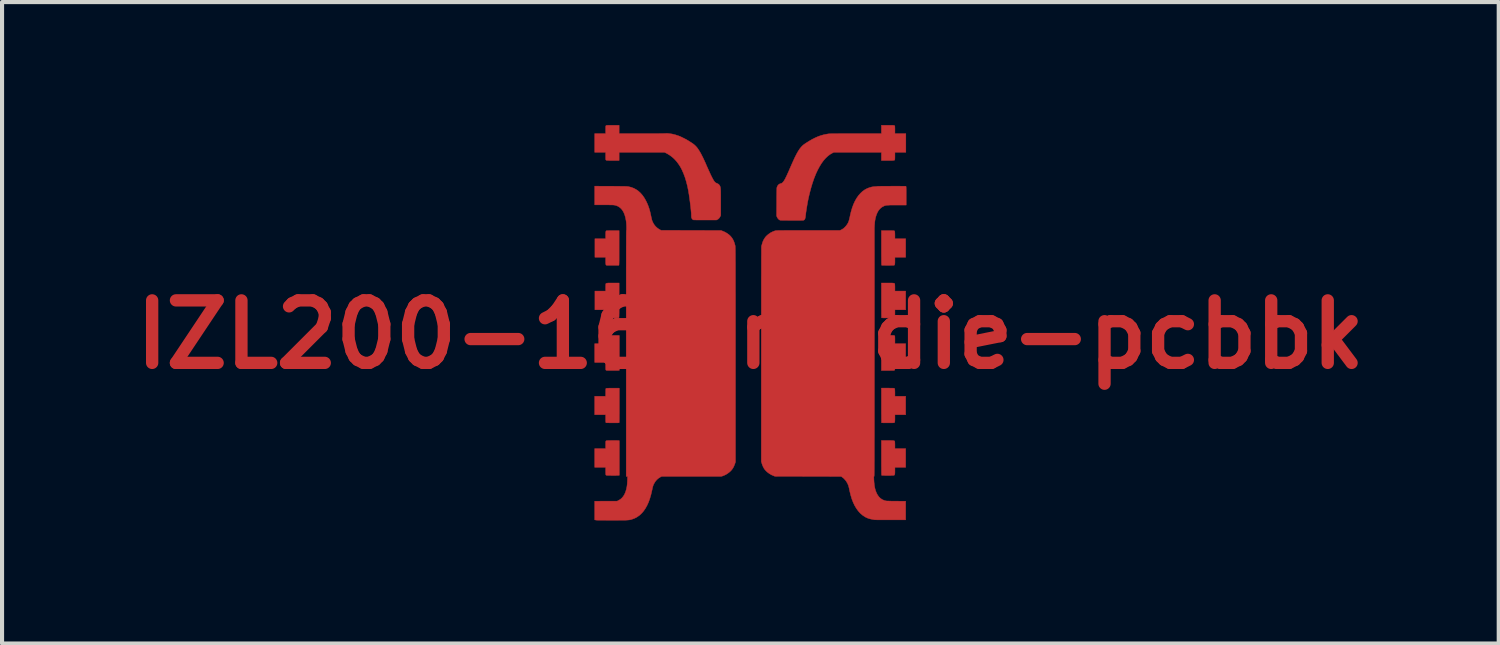
<source format=kicad_pcb>
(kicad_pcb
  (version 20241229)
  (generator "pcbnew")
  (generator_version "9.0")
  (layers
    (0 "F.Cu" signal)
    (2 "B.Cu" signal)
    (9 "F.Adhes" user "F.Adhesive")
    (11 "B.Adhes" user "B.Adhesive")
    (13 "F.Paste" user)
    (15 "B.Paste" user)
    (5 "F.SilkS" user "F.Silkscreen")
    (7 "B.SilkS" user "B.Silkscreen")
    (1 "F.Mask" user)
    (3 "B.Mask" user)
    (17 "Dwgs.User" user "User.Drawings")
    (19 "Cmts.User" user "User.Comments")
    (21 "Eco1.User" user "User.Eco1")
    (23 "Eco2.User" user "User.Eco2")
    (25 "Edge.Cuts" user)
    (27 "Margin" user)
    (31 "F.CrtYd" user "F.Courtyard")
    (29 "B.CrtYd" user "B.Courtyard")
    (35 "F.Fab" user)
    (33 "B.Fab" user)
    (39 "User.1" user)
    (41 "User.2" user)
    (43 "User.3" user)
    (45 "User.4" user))
  (footprint "IZL200-16pin-die-pcbbk"
    (layer "F.Cu")
    (at 15.247 5.109)
    (property "Reference" "IZL200-16pin-die-pcbbk" (at 0 0 0) (layer "F.Cu") (effects (font (size 1.524 1.524) (thickness 0.3))))
    (attr through_hole)
    (fp_poly (pts (xy 3.393 0.018) (xy 3.426 0.018) (xy 3.453 0.018) (xy 3.473 0.019) (xy 3.488 0.019) (xy 3.498 0.02) (xy 3.506 0.022) (xy 3.51 0.023) (xy 3.514 0.025) (xy 3.516 0.027) (xy 3.519 0.031) (xy 3.521 0.035) (xy 3.523 0.042) (xy 3.524 0.053) (xy 3.524 0.068) (xy 3.525 0.09) (xy 3.525 0.119) (xy 3.525 0.129) (xy 3.525 0.221) (xy 3.787 0.221) (xy 3.787 0.677) (xy 3.525 0.677) (xy 3.525 0.767) (xy 3.525 0.798) (xy 3.524 0.821) (xy 3.524 0.838) (xy 3.523 0.849) (xy 3.521 0.857) (xy 3.519 0.862) (xy 3.516 0.866) (xy 3.516 0.867) (xy 3.513 0.869) (xy 3.509 0.871) (xy 3.504 0.872) (xy 3.496 0.874) (xy 3.485 0.874) (xy 3.469 0.875) (xy 3.447 0.875) (xy 3.419 0.875) (xy 3.383 0.876) (xy 3.351 0.876) (xy 3.195 0.876) (xy 3.195 0.018) (xy 3.351 0.018) (xy 3.393 0.018)) (stroke (width 0.01) (type solid)) (fill yes) (layer "F.Cu"))
    (fp_poly (pts (xy -3.276 2.582) (xy -3.249 2.582) (xy -3.227 2.583) (xy -3.212 2.583) (xy -3.205 2.584) (xy -3.195 2.587) (xy -3.195 3.429) (xy -3.205 3.432) (xy -3.212 3.432) (xy -3.227 3.433) (xy -3.248 3.433) (xy -3.274 3.434) (xy -3.303 3.434) (xy -3.335 3.434) (xy -3.368 3.434) (xy -3.4 3.434) (xy -3.431 3.433) (xy -3.458 3.433) (xy -3.481 3.433) (xy -3.499 3.432) (xy -3.509 3.431) (xy -3.51 3.431) (xy -3.52 3.426) (xy -3.525 3.418) (xy -3.526 3.41) (xy -3.528 3.395) (xy -3.528 3.374) (xy -3.529 3.349) (xy -3.529 3.321) (xy -3.529 3.236) (xy -3.796 3.236) (xy -3.796 2.78) (xy -3.529 2.78) (xy -3.529 2.695) (xy -3.529 2.668) (xy -3.529 2.643) (xy -3.528 2.623) (xy -3.527 2.608) (xy -3.526 2.601) (xy -3.519 2.591) (xy -3.507 2.586) (xy -3.499 2.585) (xy -3.483 2.584) (xy -3.461 2.583) (xy -3.434 2.583) (xy -3.403 2.582) (xy -3.371 2.582) (xy -3.338 2.582) (xy -3.306 2.582) (xy -3.276 2.582)) (stroke (width 0.01) (type solid)) (fill yes) (layer "F.Cu"))
    (fp_poly (pts (xy -3.27 0.019) (xy -3.245 0.019) (xy -3.225 0.019) (xy -3.213 0.02) (xy -3.21 0.02) (xy -3.195 0.023) (xy -3.195 0.87) (xy -3.205 0.873) (xy -3.212 0.873) (xy -3.227 0.874) (xy -3.248 0.874) (xy -3.274 0.875) (xy -3.303 0.875) (xy -3.335 0.875) (xy -3.368 0.875) (xy -3.4 0.875) (xy -3.431 0.874) (xy -3.458 0.874) (xy -3.481 0.874) (xy -3.499 0.873) (xy -3.509 0.873) (xy -3.51 0.872) (xy -3.52 0.867) (xy -3.525 0.859) (xy -3.526 0.851) (xy -3.528 0.836) (xy -3.528 0.815) (xy -3.529 0.79) (xy -3.529 0.762) (xy -3.529 0.677) (xy -3.796 0.677) (xy -3.796 0.221) (xy -3.53 0.221) (xy -3.528 0.127) (xy -3.528 0.092) (xy -3.527 0.066) (xy -3.526 0.047) (xy -3.524 0.034) (xy -3.522 0.028) (xy -3.521 0.026) (xy -3.517 0.024) (xy -3.509 0.023) (xy -3.496 0.022) (xy -3.477 0.021) (xy -3.451 0.02) (xy -3.417 0.019) (xy -3.376 0.019) (xy -3.37 0.019) (xy -3.334 0.019) (xy -3.3 0.019) (xy -3.27 0.019)) (stroke (width 0.01) (type solid)) (fill yes) (layer "F.Cu"))
    (fp_poly (pts (xy 3.339 -1.259) (xy 3.383 -1.259) (xy 3.42 -1.259) (xy 3.449 -1.258) (xy 3.472 -1.257) (xy 3.489 -1.255) (xy 3.501 -1.253) (xy 3.51 -1.25) (xy 3.516 -1.246) (xy 3.519 -1.241) (xy 3.52 -1.238) (xy 3.522 -1.23) (xy 3.523 -1.215) (xy 3.524 -1.194) (xy 3.525 -1.169) (xy 3.525 -1.144) (xy 3.525 -1.061) (xy 3.787 -1.061) (xy 3.787 -0.605) (xy 3.525 -0.605) (xy 3.525 -0.523) (xy 3.525 -0.489) (xy 3.524 -0.462) (xy 3.522 -0.442) (xy 3.519 -0.428) (xy 3.514 -0.419) (xy 3.508 -0.413) (xy 3.5 -0.41) (xy 3.498 -0.409) (xy 3.49 -0.408) (xy 3.474 -0.408) (xy 3.453 -0.407) (xy 3.427 -0.407) (xy 3.397 -0.407) (xy 3.366 -0.407) (xy 3.334 -0.407) (xy 3.302 -0.407) (xy 3.273 -0.407) (xy 3.246 -0.407) (xy 3.225 -0.408) (xy 3.21 -0.408) (xy 3.202 -0.409) (xy 3.201 -0.409) (xy 3.2 -0.411) (xy 3.199 -0.417) (xy 3.198 -0.427) (xy 3.198 -0.442) (xy 3.197 -0.461) (xy 3.197 -0.486) (xy 3.196 -0.517) (xy 3.196 -0.555) (xy 3.196 -0.599) (xy 3.195 -0.65) (xy 3.195 -0.71) (xy 3.195 -0.777) (xy 3.195 -0.835) (xy 3.195 -1.259) (xy 3.339 -1.259)) (stroke (width 0.01) (type solid)) (fill yes) (layer "F.Cu"))
    (fp_poly (pts (xy 3.339 2.582) (xy 3.383 2.582) (xy 3.42 2.582) (xy 3.449 2.583) (xy 3.472 2.584) (xy 3.489 2.586) (xy 3.501 2.588) (xy 3.51 2.591) (xy 3.516 2.595) (xy 3.519 2.6) (xy 3.52 2.602) (xy 3.522 2.61) (xy 3.523 2.626) (xy 3.524 2.647) (xy 3.525 2.672) (xy 3.525 2.697) (xy 3.525 2.78) (xy 3.787 2.78) (xy 3.787 3.236) (xy 3.525 3.236) (xy 3.525 3.317) (xy 3.525 3.352) (xy 3.524 3.379) (xy 3.522 3.399) (xy 3.519 3.413) (xy 3.514 3.422) (xy 3.508 3.428) (xy 3.5 3.431) (xy 3.498 3.432) (xy 3.49 3.432) (xy 3.474 3.433) (xy 3.453 3.433) (xy 3.427 3.434) (xy 3.397 3.434) (xy 3.366 3.434) (xy 3.334 3.434) (xy 3.302 3.434) (xy 3.273 3.434) (xy 3.246 3.433) (xy 3.225 3.433) (xy 3.21 3.432) (xy 3.202 3.432) (xy 3.201 3.432) (xy 3.2 3.429) (xy 3.199 3.424) (xy 3.198 3.414) (xy 3.198 3.399) (xy 3.197 3.38) (xy 3.197 3.355) (xy 3.196 3.324) (xy 3.196 3.286) (xy 3.196 3.242) (xy 3.195 3.19) (xy 3.195 3.131) (xy 3.195 3.063) (xy 3.195 3.005) (xy 3.195 2.582) (xy 3.339 2.582)) (stroke (width 0.01) (type solid)) (fill yes) (layer "F.Cu"))
    (fp_poly (pts (xy 3.377 -2.536) (xy 3.411 -2.536) (xy 3.441 -2.536) (xy 3.467 -2.535) (xy 3.486 -2.535) (xy 3.498 -2.534) (xy 3.501 -2.534) (xy 3.509 -2.531) (xy 3.515 -2.527) (xy 3.519 -2.519) (xy 3.522 -2.506) (xy 3.523 -2.488) (xy 3.524 -2.464) (xy 3.525 -2.432) (xy 3.525 -2.421) (xy 3.525 -2.338) (xy 3.787 -2.338) (xy 3.787 -1.886) (xy 3.525 -1.886) (xy 3.525 -1.804) (xy 3.525 -1.769) (xy 3.524 -1.743) (xy 3.522 -1.723) (xy 3.52 -1.709) (xy 3.516 -1.7) (xy 3.511 -1.694) (xy 3.504 -1.691) (xy 3.501 -1.691) (xy 3.494 -1.69) (xy 3.478 -1.689) (xy 3.457 -1.689) (xy 3.431 -1.689) (xy 3.401 -1.688) (xy 3.37 -1.688) (xy 3.337 -1.688) (xy 3.306 -1.688) (xy 3.276 -1.689) (xy 3.249 -1.689) (xy 3.227 -1.689) (xy 3.211 -1.69) (xy 3.202 -1.691) (xy 3.201 -1.691) (xy 3.2 -1.693) (xy 3.199 -1.699) (xy 3.198 -1.709) (xy 3.198 -1.723) (xy 3.197 -1.743) (xy 3.197 -1.768) (xy 3.196 -1.799) (xy 3.196 -1.836) (xy 3.196 -1.881) (xy 3.195 -1.932) (xy 3.195 -1.992) (xy 3.195 -2.059) (xy 3.195 -2.115) (xy 3.195 -2.536) (xy 3.341 -2.536) (xy 3.377 -2.536)) (stroke (width 0.01) (type solid)) (fill yes) (layer "F.Cu"))
    (fp_poly (pts (xy 3.377 1.304) (xy 3.411 1.305) (xy 3.441 1.305) (xy 3.467 1.305) (xy 3.486 1.306) (xy 3.498 1.307) (xy 3.501 1.307) (xy 3.509 1.31) (xy 3.515 1.314) (xy 3.519 1.322) (xy 3.522 1.335) (xy 3.523 1.352) (xy 3.524 1.377) (xy 3.525 1.409) (xy 3.525 1.42) (xy 3.525 1.503) (xy 3.787 1.503) (xy 3.787 1.954) (xy 3.525 1.954) (xy 3.525 2.037) (xy 3.525 2.072) (xy 3.524 2.098) (xy 3.522 2.118) (xy 3.52 2.132) (xy 3.516 2.141) (xy 3.511 2.146) (xy 3.504 2.149) (xy 3.501 2.15) (xy 3.494 2.151) (xy 3.478 2.151) (xy 3.457 2.152) (xy 3.431 2.152) (xy 3.401 2.152) (xy 3.37 2.152) (xy 3.337 2.152) (xy 3.306 2.152) (xy 3.276 2.152) (xy 3.249 2.152) (xy 3.227 2.151) (xy 3.211 2.151) (xy 3.202 2.15) (xy 3.201 2.15) (xy 3.2 2.148) (xy 3.199 2.142) (xy 3.198 2.132) (xy 3.198 2.117) (xy 3.197 2.098) (xy 3.197 2.073) (xy 3.196 2.042) (xy 3.196 2.004) (xy 3.196 1.96) (xy 3.195 1.908) (xy 3.195 1.849) (xy 3.195 1.781) (xy 3.195 1.726) (xy 3.195 1.304) (xy 3.341 1.304) (xy 3.377 1.304)) (stroke (width 0.01) (type solid)) (fill yes) (layer "F.Cu"))
    (fp_poly (pts (xy -3.2 -2.115) (xy -3.2 -2.043) (xy -3.2 -1.98) (xy -3.2 -1.925) (xy -3.2 -1.877) (xy -3.2 -1.837) (xy -3.2 -1.802) (xy -3.201 -1.773) (xy -3.201 -1.75) (xy -3.202 -1.732) (xy -3.202 -1.717) (xy -3.203 -1.707) (xy -3.204 -1.699) (xy -3.205 -1.694) (xy -3.206 -1.692) (xy -3.207 -1.691) (xy -3.207 -1.691) (xy -3.213 -1.69) (xy -3.227 -1.69) (xy -3.247 -1.689) (xy -3.272 -1.689) (xy -3.301 -1.689) (xy -3.332 -1.689) (xy -3.365 -1.689) (xy -3.397 -1.689) (xy -3.427 -1.689) (xy -3.455 -1.689) (xy -3.479 -1.69) (xy -3.496 -1.69) (xy -3.507 -1.691) (xy -3.51 -1.691) (xy -3.516 -1.694) (xy -3.521 -1.7) (xy -3.524 -1.71) (xy -3.527 -1.726) (xy -3.528 -1.747) (xy -3.529 -1.776) (xy -3.529 -1.804) (xy -3.529 -1.886) (xy -3.791 -1.886) (xy -3.791 -2.338) (xy -3.529 -2.338) (xy -3.529 -2.421) (xy -3.529 -2.455) (xy -3.528 -2.482) (xy -3.527 -2.501) (xy -3.524 -2.515) (xy -3.52 -2.524) (xy -3.515 -2.53) (xy -3.508 -2.533) (xy -3.506 -2.534) (xy -3.498 -2.534) (xy -3.482 -2.535) (xy -3.46 -2.535) (xy -3.433 -2.536) (xy -3.401 -2.536) (xy -3.366 -2.536) (xy -3.346 -2.536) (xy -3.2 -2.536) (xy -3.2 -2.115)) (stroke (width 0.01) (type solid)) (fill yes) (layer "F.Cu"))
    (fp_poly (pts (xy -3.2 -0.835) (xy -3.2 -0.764) (xy -3.2 -0.7) (xy -3.2 -0.645) (xy -3.2 -0.597) (xy -3.2 -0.556) (xy -3.2 -0.521) (xy -3.201 -0.493) (xy -3.201 -0.469) (xy -3.202 -0.45) (xy -3.202 -0.436) (xy -3.203 -0.425) (xy -3.204 -0.418) (xy -3.205 -0.413) (xy -3.206 -0.41) (xy -3.207 -0.409) (xy -3.207 -0.409) (xy -3.213 -0.408) (xy -3.227 -0.408) (xy -3.247 -0.407) (xy -3.272 -0.407) (xy -3.301 -0.407) (xy -3.332 -0.407) (xy -3.364 -0.407) (xy -3.396 -0.407) (xy -3.427 -0.407) (xy -3.454 -0.408) (xy -3.477 -0.408) (xy -3.494 -0.409) (xy -3.504 -0.409) (xy -3.506 -0.409) (xy -3.513 -0.412) (xy -3.519 -0.418) (xy -3.523 -0.429) (xy -3.526 -0.444) (xy -3.528 -0.466) (xy -3.529 -0.495) (xy -3.529 -0.523) (xy -3.529 -0.605) (xy -3.791 -0.605) (xy -3.791 -1.061) (xy -3.529 -1.061) (xy -3.529 -1.144) (xy -3.529 -1.171) (xy -3.528 -1.196) (xy -3.527 -1.216) (xy -3.526 -1.231) (xy -3.525 -1.238) (xy -3.522 -1.244) (xy -3.518 -1.248) (xy -3.511 -1.251) (xy -3.5 -1.254) (xy -3.485 -1.256) (xy -3.465 -1.258) (xy -3.44 -1.258) (xy -3.407 -1.259) (xy -3.366 -1.259) (xy -3.343 -1.259) (xy -3.2 -1.259) (xy -3.2 -0.835)) (stroke (width 0.01) (type solid)) (fill yes) (layer "F.Cu"))
    (fp_poly (pts (xy -3.265 1.305) (xy -3.24 1.305) (xy -3.221 1.306) (xy -3.209 1.306) (xy -3.206 1.306) (xy -3.195 1.309) (xy -3.195 1.728) (xy -3.195 1.8) (xy -3.195 1.862) (xy -3.195 1.917) (xy -3.196 1.965) (xy -3.196 2.005) (xy -3.196 2.04) (xy -3.196 2.068) (xy -3.197 2.091) (xy -3.197 2.11) (xy -3.198 2.124) (xy -3.198 2.134) (xy -3.199 2.142) (xy -3.2 2.146) (xy -3.201 2.149) (xy -3.202 2.15) (xy -3.208 2.151) (xy -3.222 2.151) (xy -3.242 2.152) (xy -3.268 2.152) (xy -3.297 2.152) (xy -3.328 2.152) (xy -3.361 2.152) (xy -3.394 2.152) (xy -3.425 2.152) (xy -3.454 2.151) (xy -3.478 2.151) (xy -3.497 2.151) (xy -3.51 2.15) (xy -3.514 2.15) (xy -3.523 2.144) (xy -3.527 2.138) (xy -3.527 2.13) (xy -3.528 2.115) (xy -3.529 2.095) (xy -3.529 2.07) (xy -3.529 2.042) (xy -3.529 2.041) (xy -3.529 1.954) (xy -3.796 1.954) (xy -3.796 1.503) (xy -3.53 1.503) (xy -3.528 1.411) (xy -3.528 1.376) (xy -3.527 1.351) (xy -3.526 1.332) (xy -3.524 1.32) (xy -3.522 1.313) (xy -3.521 1.312) (xy -3.517 1.311) (xy -3.509 1.309) (xy -3.496 1.308) (xy -3.477 1.307) (xy -3.452 1.306) (xy -3.419 1.306) (xy -3.378 1.305) (xy -3.366 1.305) (xy -3.329 1.305) (xy -3.296 1.305) (xy -3.265 1.305)) (stroke (width 0.01) (type solid)) (fill yes) (layer "F.Cu"))
    (fp_poly (pts (xy 3.393 -5.104) (xy 3.426 -5.104) (xy 3.453 -5.104) (xy 3.473 -5.104) (xy 3.488 -5.103) (xy 3.498 -5.102) (xy 3.506 -5.101) (xy 3.51 -5.099) (xy 3.514 -5.097) (xy 3.516 -5.095) (xy 3.519 -5.092) (xy 3.521 -5.087) (xy 3.523 -5.08) (xy 3.524 -5.07) (xy 3.524 -5.054) (xy 3.525 -5.033) (xy 3.525 -5.004) (xy 3.525 -4.994) (xy 3.525 -4.901) (xy 3.791 -4.901) (xy 3.791 -4.445) (xy 3.525 -4.445) (xy 3.525 -4.355) (xy 3.525 -4.324) (xy 3.524 -4.301) (xy 3.524 -4.284) (xy 3.523 -4.273) (xy 3.521 -4.265) (xy 3.519 -4.26) (xy 3.516 -4.257) (xy 3.516 -4.256) (xy 3.513 -4.253) (xy 3.509 -4.252) (xy 3.504 -4.25) (xy 3.496 -4.249) (xy 3.485 -4.248) (xy 3.469 -4.247) (xy 3.447 -4.247) (xy 3.419 -4.247) (xy 3.383 -4.247) (xy 3.351 -4.247) (xy 3.195 -4.247) (xy 3.195 -4.445) (xy 2.035 -4.445) (xy 2.004 -4.43) (xy 1.946 -4.397) (xy 1.89 -4.355) (xy 1.836 -4.304) (xy 1.784 -4.245) (xy 1.734 -4.176) (xy 1.687 -4.1) (xy 1.641 -4.014) (xy 1.597 -3.92) (xy 1.556 -3.817) (xy 1.548 -3.795) (xy 1.513 -3.693) (xy 1.48 -3.583) (xy 1.449 -3.467) (xy 1.42 -3.347) (xy 1.395 -3.224) (xy 1.374 -3.1) (xy 1.355 -2.976) (xy 1.345 -2.888) (xy 1.34 -2.855) (xy 1.334 -2.83) (xy 1.325 -2.811) (xy 1.315 -2.799) (xy 1.308 -2.794) (xy 1.305 -2.792) (xy 1.301 -2.79) (xy 1.296 -2.789) (xy 1.289 -2.788) (xy 1.28 -2.787) (xy 1.268 -2.786) (xy 1.251 -2.786) (xy 1.23 -2.785) (xy 1.204 -2.785) (xy 1.171 -2.785) (xy 1.132 -2.785) (xy 1.085 -2.785) (xy 1.031 -2.785) (xy 1.015 -2.785) (xy 0.949 -2.785) (xy 0.891 -2.786) (xy 0.841 -2.786) (xy 0.801 -2.787) (xy 0.769 -2.787) (xy 0.745 -2.788) (xy 0.729 -2.789) (xy 0.722 -2.791) (xy 0.705 -2.799) (xy 0.687 -2.814) (xy 0.671 -2.833) (xy 0.657 -2.854) (xy 0.65 -2.868) (xy 0.639 -2.895) (xy 0.641 -3.231) (xy 0.641 -3.301) (xy 0.641 -3.362) (xy 0.642 -3.416) (xy 0.642 -3.461) (xy 0.643 -3.498) (xy 0.644 -3.529) (xy 0.644 -3.553) (xy 0.645 -3.571) (xy 0.646 -3.583) (xy 0.647 -3.588) (xy 0.66 -3.621) (xy 0.678 -3.648) (xy 0.701 -3.668) (xy 0.729 -3.681) (xy 0.739 -3.683) (xy 0.752 -3.687) (xy 0.765 -3.692) (xy 0.778 -3.701) (xy 0.79 -3.712) (xy 0.803 -3.727) (xy 0.817 -3.746) (xy 0.832 -3.77) (xy 0.848 -3.798) (xy 0.865 -3.833) (xy 0.885 -3.873) (xy 0.906 -3.92) (xy 0.931 -3.975) (xy 0.958 -4.037) (xy 0.968 -4.06) (xy 0.998 -4.129) (xy 1.025 -4.19) (xy 1.05 -4.245) (xy 1.072 -4.293) (xy 1.092 -4.336) (xy 1.112 -4.374) (xy 1.129 -4.408) (xy 1.147 -4.439) (xy 1.163 -4.468) (xy 1.18 -4.494) (xy 1.19 -4.51) (xy 1.216 -4.546) (xy 1.242 -4.577) (xy 1.269 -4.605) (xy 1.299 -4.631) (xy 1.336 -4.657) (xy 1.355 -4.67) (xy 1.435 -4.72) (xy 1.51 -4.764) (xy 1.583 -4.8) (xy 1.653 -4.831) (xy 1.722 -4.855) (xy 1.791 -4.874) (xy 1.86 -4.888) (xy 1.919 -4.897) (xy 1.931 -4.897) (xy 1.952 -4.898) (xy 1.981 -4.899) (xy 2.02 -4.899) (xy 2.066 -4.9) (xy 2.122 -4.9) (xy 2.185 -4.901) (xy 2.257 -4.901) (xy 2.337 -4.901) (xy 2.425 -4.901) (xy 2.52 -4.901) (xy 2.579 -4.901) (xy 3.195 -4.901) (xy 3.195 -5.104) (xy 3.351 -5.104) (xy 3.393 -5.104)) (stroke (width 0.01) (type solid)) (fill yes) (layer "F.Cu"))
    (fp_poly (pts (xy -3.2 -4.901) (xy -2.634 -4.901) (xy -2.551 -4.901) (xy -2.473 -4.901) (xy -2.401 -4.902) (xy -2.335 -4.902) (xy -2.276 -4.902) (xy -2.223 -4.902) (xy -2.177 -4.903) (xy -2.138 -4.903) (xy -2.108 -4.904) (xy -2.085 -4.904) (xy -2.07 -4.905) (xy -2.065 -4.905) (xy -2.065 -4.906) (xy -2.058 -4.907) (xy -2.044 -4.907) (xy -2.024 -4.906) (xy -2 -4.904) (xy -1.973 -4.901) (xy -1.945 -4.897) (xy -1.917 -4.893) (xy -1.901 -4.89) (xy -1.829 -4.872) (xy -1.755 -4.848) (xy -1.679 -4.816) (xy -1.6 -4.777) (xy -1.518 -4.731) (xy -1.433 -4.677) (xy -1.409 -4.661) (xy -1.382 -4.641) (xy -1.356 -4.619) (xy -1.33 -4.594) (xy -1.305 -4.566) (xy -1.281 -4.534) (xy -1.256 -4.497) (xy -1.231 -4.456) (xy -1.204 -4.409) (xy -1.177 -4.356) (xy -1.147 -4.296) (xy -1.116 -4.229) (xy -1.082 -4.154) (xy -1.079 -4.145) (xy -1.048 -4.075) (xy -1.02 -4.013) (xy -0.995 -3.958) (xy -0.973 -3.91) (xy -0.953 -3.868) (xy -0.935 -3.833) (xy -0.919 -3.802) (xy -0.905 -3.777) (xy -0.892 -3.755) (xy -0.88 -3.738) (xy -0.869 -3.724) (xy -0.858 -3.713) (xy -0.847 -3.705) (xy -0.837 -3.698) (xy -0.825 -3.693) (xy -0.821 -3.691) (xy -0.792 -3.678) (xy -0.769 -3.662) (xy -0.753 -3.642) (xy -0.748 -3.634) (xy -0.743 -3.625) (xy -0.739 -3.617) (xy -0.736 -3.608) (xy -0.733 -3.598) (xy -0.73 -3.586) (xy -0.728 -3.572) (xy -0.726 -3.556) (xy -0.725 -3.535) (xy -0.724 -3.51) (xy -0.723 -3.48) (xy -0.723 -3.444) (xy -0.722 -3.402) (xy -0.722 -3.353) (xy -0.722 -3.296) (xy -0.722 -3.231) (xy -0.722 -3.229) (xy -0.722 -2.909) (xy -0.735 -2.881) (xy -0.755 -2.847) (xy -0.78 -2.821) (xy -0.805 -2.805) (xy -0.828 -2.794) (xy -1.105 -2.794) (xy -1.155 -2.794) (xy -1.202 -2.794) (xy -1.245 -2.795) (xy -1.285 -2.795) (xy -1.319 -2.795) (xy -1.348 -2.796) (xy -1.371 -2.797) (xy -1.385 -2.797) (xy -1.392 -2.798) (xy -1.392 -2.798) (xy -1.409 -2.809) (xy -1.424 -2.827) (xy -1.431 -2.841) (xy -1.435 -2.851) (xy -1.437 -2.864) (xy -1.439 -2.88) (xy -1.44 -2.903) (xy -1.44 -2.914) (xy -1.44 -2.939) (xy -1.442 -2.971) (xy -1.446 -3.01) (xy -1.45 -3.055) (xy -1.455 -3.104) (xy -1.461 -3.156) (xy -1.468 -3.21) (xy -1.475 -3.264) (xy -1.482 -3.319) (xy -1.49 -3.372) (xy -1.497 -3.422) (xy -1.505 -3.469) (xy -1.51 -3.5) (xy -1.534 -3.619) (xy -1.562 -3.729) (xy -1.593 -3.832) (xy -1.628 -3.926) (xy -1.666 -4.013) (xy -1.708 -4.093) (xy -1.755 -4.165) (xy -1.805 -4.23) (xy -1.859 -4.288) (xy -1.918 -4.339) (xy -1.968 -4.376) (xy -1.991 -4.39) (xy -2.017 -4.406) (xy -2.041 -4.419) (xy -2.052 -4.425) (xy -2.094 -4.445) (xy -3.2 -4.445) (xy -3.2 -4.247) (xy -3.356 -4.247) (xy -3.397 -4.247) (xy -3.431 -4.247) (xy -3.457 -4.247) (xy -3.477 -4.248) (xy -3.492 -4.248) (xy -3.503 -4.249) (xy -3.51 -4.25) (xy -3.515 -4.252) (xy -3.518 -4.254) (xy -3.52 -4.256) (xy -3.523 -4.26) (xy -3.526 -4.264) (xy -3.527 -4.271) (xy -3.528 -4.282) (xy -3.529 -4.298) (xy -3.529 -4.32) (xy -3.529 -4.349) (xy -3.529 -4.355) (xy -3.529 -4.445) (xy -3.796 -4.445) (xy -3.796 -4.901) (xy -3.529 -4.901) (xy -3.529 -4.994) (xy -3.529 -5.025) (xy -3.529 -5.049) (xy -3.528 -5.066) (xy -3.528 -5.078) (xy -3.526 -5.085) (xy -3.524 -5.091) (xy -3.521 -5.094) (xy -3.52 -5.095) (xy -3.518 -5.098) (xy -3.514 -5.1) (xy -3.509 -5.101) (xy -3.501 -5.102) (xy -3.489 -5.103) (xy -3.473 -5.104) (xy -3.451 -5.104) (xy -3.423 -5.104) (xy -3.388 -5.104) (xy -3.356 -5.104) (xy -3.2 -5.104) (xy -3.2 -4.901)) (stroke (width 0.01) (type solid)) (fill yes) (layer "F.Cu"))
    (fp_poly (pts (xy -3.404 -3.618) (xy -3.333 -3.618) (xy -3.27 -3.617) (xy -3.215 -3.617) (xy -3.167 -3.616) (xy -3.126 -3.616) (xy -3.091 -3.615) (xy -3.062 -3.615) (xy -3.038 -3.614) (xy -3.018 -3.613) (xy -3.003 -3.612) (xy -2.99 -3.611) (xy -2.981 -3.61) (xy -2.976 -3.609) (xy -2.908 -3.593) (xy -2.844 -3.569) (xy -2.784 -3.537) (xy -2.729 -3.498) (xy -2.678 -3.451) (xy -2.63 -3.396) (xy -2.586 -3.333) (xy -2.546 -3.262) (xy -2.532 -3.234) (xy -2.508 -3.181) (xy -2.487 -3.128) (xy -2.468 -3.073) (xy -2.451 -3.014) (xy -2.435 -2.949) (xy -2.422 -2.886) (xy -2.416 -2.859) (xy -2.41 -2.833) (xy -2.405 -2.811) (xy -2.401 -2.794) (xy -2.399 -2.787) (xy -2.376 -2.733) (xy -2.347 -2.683) (xy -2.311 -2.638) (xy -2.27 -2.6) (xy -2.225 -2.568) (xy -2.214 -2.563) (xy -2.178 -2.543) (xy -1.446 -2.541) (xy -0.715 -2.539) (xy -0.686 -2.528) (xy -0.624 -2.502) (xy -0.568 -2.47) (xy -0.518 -2.433) (xy -0.475 -2.391) (xy -0.44 -2.345) (xy -0.419 -2.308) (xy -0.407 -2.283) (xy -0.395 -2.251) (xy -0.384 -2.218) (xy -0.375 -2.185) (xy -0.371 -2.17) (xy -0.371 -2.167) (xy -0.37 -2.164) (xy -0.37 -2.16) (xy -0.369 -2.154) (xy -0.369 -2.148) (xy -0.368 -2.141) (xy -0.368 -2.131) (xy -0.368 -2.12) (xy -0.367 -2.107) (xy -0.367 -2.092) (xy -0.367 -2.074) (xy -0.366 -2.053) (xy -0.366 -2.029) (xy -0.366 -2.003) (xy -0.365 -1.973) (xy -0.365 -1.939) (xy -0.365 -1.902) (xy -0.365 -1.86) (xy -0.365 -1.814) (xy -0.364 -1.764) (xy -0.364 -1.709) (xy -0.364 -1.65) (xy -0.364 -1.585) (xy -0.364 -1.515) (xy -0.364 -1.439) (xy -0.364 -1.357) (xy -0.364 -1.27) (xy -0.364 -1.176) (xy -0.364 -1.076) (xy -0.363 -0.969) (xy -0.363 -0.855) (xy -0.363 -0.735) (xy -0.363 -0.607) (xy -0.363 -0.471) (xy -0.363 -0.328) (xy -0.363 -0.177) (xy -0.363 -0.017) (xy -0.363 0.151) (xy -0.363 0.327) (xy -0.363 3.107) (xy -0.381 3.159) (xy -0.4 3.207) (xy -0.421 3.248) (xy -0.445 3.284) (xy -0.473 3.318) (xy -0.475 3.32) (xy -0.518 3.359) (xy -0.566 3.394) (xy -0.618 3.423) (xy -0.67 3.445) (xy -0.679 3.448) (xy -0.71 3.457) (xy -2.162 3.457) (xy -2.19 3.471) (xy -2.236 3.499) (xy -2.277 3.534) (xy -2.314 3.576) (xy -2.344 3.624) (xy -2.351 3.638) (xy -2.361 3.657) (xy -2.369 3.677) (xy -2.376 3.697) (xy -2.382 3.72) (xy -2.389 3.748) (xy -2.396 3.783) (xy -2.399 3.796) (xy -2.423 3.9) (xy -2.451 3.996) (xy -2.482 4.084) (xy -2.519 4.165) (xy -2.559 4.237) (xy -2.603 4.301) (xy -2.652 4.358) (xy -2.704 4.406) (xy -2.761 4.446) (xy -2.822 4.479) (xy -2.888 4.503) (xy -2.893 4.505) (xy -2.906 4.508) (xy -2.918 4.512) (xy -2.931 4.515) (xy -2.944 4.517) (xy -2.959 4.519) (xy -2.976 4.521) (xy -2.996 4.522) (xy -3.018 4.524) (xy -3.045 4.525) (xy -3.077 4.525) (xy -3.113 4.526) (xy -3.156 4.526) (xy -3.205 4.526) (xy -3.261 4.527) (xy -3.325 4.527) (xy -3.392 4.527) (xy -3.468 4.527) (xy -3.537 4.526) (xy -3.597 4.526) (xy -3.648 4.526) (xy -3.69 4.525) (xy -3.724 4.525) (xy -3.749 4.524) (xy -3.765 4.523) (xy -3.773 4.522) (xy -3.773 4.522) (xy -3.777 4.519) (xy -3.784 4.518) (xy -3.796 4.518) (xy -3.796 4.062) (xy -3.521 4.061) (xy -3.247 4.06) (xy -3.213 4.042) (xy -3.169 4.016) (xy -3.131 3.982) (xy -3.097 3.941) (xy -3.068 3.893) (xy -3.044 3.837) (xy -3.025 3.774) (xy -3.01 3.703) (xy -3.008 3.687) (xy -3.005 3.667) (xy -3.003 3.641) (xy -3.001 3.61) (xy -2.999 3.578) (xy -2.998 3.548) (xy -2.995 3.457) (xy -3.028 3.457) (xy -3.028 0.458) (xy -3.028 0.249) (xy -3.028 0.048) (xy -3.028 -0.144) (xy -3.028 -0.327) (xy -3.028 -0.502) (xy -3.028 -0.668) (xy -3.028 -0.827) (xy -3.028 -0.977) (xy -3.028 -1.119) (xy -3.028 -1.254) (xy -3.028 -1.381) (xy -3.028 -1.5) (xy -3.028 -1.612) (xy -3.027 -1.717) (xy -3.027 -1.815) (xy -3.027 -1.907) (xy -3.027 -1.991) (xy -3.027 -2.068) (xy -3.027 -2.14) (xy -3.026 -2.205) (xy -3.026 -2.263) (xy -3.026 -2.316) (xy -3.026 -2.363) (xy -3.026 -2.403) (xy -3.025 -2.439) (xy -3.025 -2.469) (xy -3.025 -2.493) (xy -3.024 -2.512) (xy -3.024 -2.527) (xy -3.024 -2.536) (xy -3.023 -2.54) (xy -3.023 -2.541) (xy -3.021 -2.545) (xy -3.02 -2.557) (xy -3.02 -2.575) (xy -3.02 -2.598) (xy -3.02 -2.625) (xy -3.021 -2.654) (xy -3.022 -2.683) (xy -3.024 -2.712) (xy -3.026 -2.739) (xy -3.029 -2.762) (xy -3.031 -2.778) (xy -3.045 -2.851) (xy -3.063 -2.916) (xy -3.086 -2.974) (xy -3.114 -3.024) (xy -3.146 -3.066) (xy -3.183 -3.1) (xy -3.224 -3.127) (xy -3.271 -3.147) (xy -3.321 -3.159) (xy -3.324 -3.159) (xy -3.335 -3.16) (xy -3.354 -3.161) (xy -3.38 -3.162) (xy -3.412 -3.162) (xy -3.449 -3.163) (xy -3.489 -3.163) (xy -3.533 -3.164) (xy -3.576 -3.164) (xy -3.796 -3.164) (xy -3.796 -3.62) (xy -3.404 -3.618)) (stroke (width 0.01) (type solid)) (fill yes) (layer "F.Cu"))
    (fp_poly (pts (xy 3.59 -3.62) (xy 3.634 -3.62) (xy 3.674 -3.619) (xy 3.709 -3.619) (xy 3.739 -3.619) (xy 3.764 -3.618) (xy 3.781 -3.618) (xy 3.791 -3.617) (xy 3.793 -3.617) (xy 3.795 -3.615) (xy 3.796 -3.612) (xy 3.797 -3.607) (xy 3.798 -3.597) (xy 3.799 -3.584) (xy 3.799 -3.567) (xy 3.8 -3.543) (xy 3.8 -3.514) (xy 3.8 -3.477) (xy 3.8 -3.433) (xy 3.8 -3.387) (xy 3.8 -3.159) (xy 3.578 -3.159) (xy 3.522 -3.159) (xy 3.473 -3.159) (xy 3.433 -3.158) (xy 3.398 -3.158) (xy 3.37 -3.156) (xy 3.346 -3.155) (xy 3.326 -3.153) (xy 3.309 -3.151) (xy 3.295 -3.148) (xy 3.281 -3.144) (xy 3.269 -3.14) (xy 3.259 -3.136) (xy 3.218 -3.115) (xy 3.18 -3.087) (xy 3.145 -3.052) (xy 3.119 -3.017) (xy 3.098 -2.979) (xy 3.078 -2.934) (xy 3.061 -2.883) (xy 3.047 -2.83) (xy 3.038 -2.778) (xy 3.035 -2.755) (xy 3.032 -2.727) (xy 3.03 -2.695) (xy 3.027 -2.662) (xy 3.026 -2.63) (xy 3.024 -2.601) (xy 3.024 -2.579) (xy 3.024 -2.572) (xy 3.024 -2.566) (xy 3.024 -2.551) (xy 3.024 -2.527) (xy 3.024 -2.495) (xy 3.024 -2.455) (xy 3.024 -2.407) (xy 3.024 -2.352) (xy 3.024 -2.289) (xy 3.024 -2.219) (xy 3.024 -2.142) (xy 3.025 -2.059) (xy 3.025 -1.969) (xy 3.025 -1.873) (xy 3.025 -1.771) (xy 3.025 -1.663) (xy 3.025 -1.55) (xy 3.025 -1.431) (xy 3.025 -1.308) (xy 3.025 -1.18) (xy 3.025 -1.047) (xy 3.025 -0.91) (xy 3.025 -0.769) (xy 3.025 -0.625) (xy 3.025 -0.476) (xy 3.025 -0.325) (xy 3.025 -0.17) (xy 3.024 -0.013) (xy 3.024 0.147) (xy 3.024 0.31) (xy 3.024 0.459) (xy 3.024 0.657) (xy 3.024 0.846) (xy 3.024 1.026) (xy 3.024 1.197) (xy 3.024 1.361) (xy 3.024 1.516) (xy 3.024 1.664) (xy 3.024 1.804) (xy 3.024 1.937) (xy 3.024 2.062) (xy 3.024 2.18) (xy 3.024 2.292) (xy 3.024 2.397) (xy 3.024 2.495) (xy 3.023 2.588) (xy 3.023 2.674) (xy 3.023 2.754) (xy 3.023 2.829) (xy 3.023 2.898) (xy 3.023 2.962) (xy 3.023 3.022) (xy 3.023 3.076) (xy 3.022 3.126) (xy 3.022 3.171) (xy 3.022 3.212) (xy 3.022 3.249) (xy 3.022 3.282) (xy 3.021 3.312) (xy 3.021 3.338) (xy 3.021 3.361) (xy 3.02 3.38) (xy 3.02 3.397) (xy 3.02 3.412) (xy 3.019 3.424) (xy 3.019 3.434) (xy 3.019 3.441) (xy 3.018 3.447) (xy 3.018 3.452) (xy 3.017 3.455) (xy 3.017 3.456) (xy 3.017 3.457) (xy 3.016 3.457) (xy 3.014 3.458) (xy 3.012 3.461) (xy 3.011 3.467) (xy 3.01 3.479) (xy 3.011 3.497) (xy 3.012 3.522) (xy 3.012 3.53) (xy 3.016 3.596) (xy 3.022 3.654) (xy 3.029 3.707) (xy 3.039 3.754) (xy 3.052 3.799) (xy 3.055 3.81) (xy 3.078 3.867) (xy 3.106 3.917) (xy 3.138 3.96) (xy 3.175 3.995) (xy 3.216 4.022) (xy 3.263 4.043) (xy 3.284 4.049) (xy 3.292 4.051) (xy 3.301 4.053) (xy 3.31 4.055) (xy 3.321 4.056) (xy 3.334 4.057) (xy 3.351 4.058) (xy 3.372 4.058) (xy 3.398 4.059) (xy 3.43 4.06) (xy 3.469 4.06) (xy 3.515 4.06) (xy 3.553 4.061) (xy 3.787 4.063) (xy 3.787 4.518) (xy 3.41 4.518) (xy 3.353 4.518) (xy 3.298 4.518) (xy 3.247 4.517) (xy 3.199 4.517) (xy 3.156 4.517) (xy 3.118 4.517) (xy 3.087 4.517) (xy 3.062 4.516) (xy 3.044 4.516) (xy 3.034 4.516) (xy 3.032 4.516) (xy 3.027 4.514) (xy 3.015 4.512) (xy 2.998 4.509) (xy 2.983 4.506) (xy 2.924 4.495) (xy 2.87 4.479) (xy 2.821 4.458) (xy 2.793 4.442) (xy 2.734 4.403) (xy 2.681 4.357) (xy 2.631 4.302) (xy 2.586 4.24) (xy 2.544 4.17) (xy 2.507 4.092) (xy 2.474 4.007) (xy 2.446 3.913) (xy 2.421 3.811) (xy 2.414 3.778) (xy 2.409 3.751) (xy 2.403 3.726) (xy 2.397 3.703) (xy 2.393 3.686) (xy 2.391 3.68) (xy 2.368 3.627) (xy 2.338 3.577) (xy 2.302 3.532) (xy 2.261 3.493) (xy 2.232 3.471) (xy 2.214 3.459) (xy 1.406 3.457) (xy 0.598 3.455) (xy 0.565 3.442) (xy 0.512 3.419) (xy 0.463 3.39) (xy 0.417 3.356) (xy 0.377 3.319) (xy 0.343 3.279) (xy 0.336 3.268) (xy 0.312 3.225) (xy 0.292 3.178) (xy 0.278 3.135) (xy 0.266 3.095) (xy 0.266 0.467) (xy 0.266 0.313) (xy 0.266 0.162) (xy 0.266 0.013) (xy 0.266 -0.133) (xy 0.266 -0.276) (xy 0.266 -0.416) (xy 0.267 -0.553) (xy 0.267 -0.685) (xy 0.267 -0.814) (xy 0.267 -0.938) (xy 0.267 -1.058) (xy 0.267 -1.173) (xy 0.267 -1.283) (xy 0.267 -1.388) (xy 0.268 -1.487) (xy 0.268 -1.58) (xy 0.268 -1.668) (xy 0.268 -1.749) (xy 0.268 -1.824) (xy 0.268 -1.892) (xy 0.269 -1.953) (xy 0.269 -2.006) (xy 0.269 -2.053) (xy 0.269 -2.091) (xy 0.269 -2.121) (xy 0.27 -2.143) (xy 0.27 -2.157) (xy 0.27 -2.162) (xy 0.27 -2.162) (xy 0.273 -2.166) (xy 0.277 -2.177) (xy 0.281 -2.192) (xy 0.282 -2.196) (xy 0.3 -2.258) (xy 0.326 -2.315) (xy 0.359 -2.367) (xy 0.366 -2.377) (xy 0.401 -2.414) (xy 0.442 -2.449) (xy 0.488 -2.481) (xy 0.538 -2.507) (xy 0.589 -2.527) (xy 0.605 -2.532) (xy 0.609 -2.533) (xy 0.613 -2.534) (xy 0.618 -2.535) (xy 0.624 -2.536) (xy 0.631 -2.536) (xy 0.64 -2.537) (xy 0.652 -2.538) (xy 0.665 -2.538) (xy 0.682 -2.539) (xy 0.702 -2.539) (xy 0.726 -2.54) (xy 0.754 -2.54) (xy 0.787 -2.54) (xy 0.825 -2.54) (xy 0.868 -2.541) (xy 0.917 -2.541) (xy 0.973 -2.541) (xy 1.035 -2.541) (xy 1.104 -2.541) (xy 1.181 -2.541) (xy 1.266 -2.541) (xy 1.36 -2.541) (xy 2.184 -2.541) (xy 2.21 -2.552) (xy 2.249 -2.574) (xy 2.288 -2.603) (xy 2.324 -2.639) (xy 2.355 -2.68) (xy 2.356 -2.68) (xy 2.37 -2.703) (xy 2.383 -2.726) (xy 2.394 -2.751) (xy 2.403 -2.778) (xy 2.412 -2.809) (xy 2.421 -2.847) (xy 2.43 -2.89) (xy 2.454 -2.993) (xy 2.482 -3.089) (xy 2.514 -3.176) (xy 2.551 -3.256) (xy 2.592 -3.328) (xy 2.637 -3.392) (xy 2.687 -3.448) (xy 2.74 -3.497) (xy 2.799 -3.538) (xy 2.8 -3.538) (xy 2.85 -3.564) (xy 2.905 -3.585) (xy 2.963 -3.601) (xy 3.02 -3.609) (xy 3.054 -3.61) (xy 3.071 -3.611) (xy 3.082 -3.613) (xy 3.087 -3.615) (xy 3.087 -3.615) (xy 3.091 -3.616) (xy 3.104 -3.616) (xy 3.124 -3.617) (xy 3.15 -3.617) (xy 3.182 -3.618) (xy 3.219 -3.618) (xy 3.261 -3.619) (xy 3.305 -3.619) (xy 3.351 -3.619) (xy 3.399 -3.619) (xy 3.448 -3.62) (xy 3.497 -3.62) (xy 3.545 -3.62) (xy 3.59 -3.62)) (stroke (width 0.01) (type solid)) (fill yes) (layer "F.Cu")))
  (gr_rect
    (start -3 -3)
    (end 33.495 12.641)
    (stroke (width 0.1) (type default))
    (fill no)
    (layer "Edge.Cuts")))
</source>
